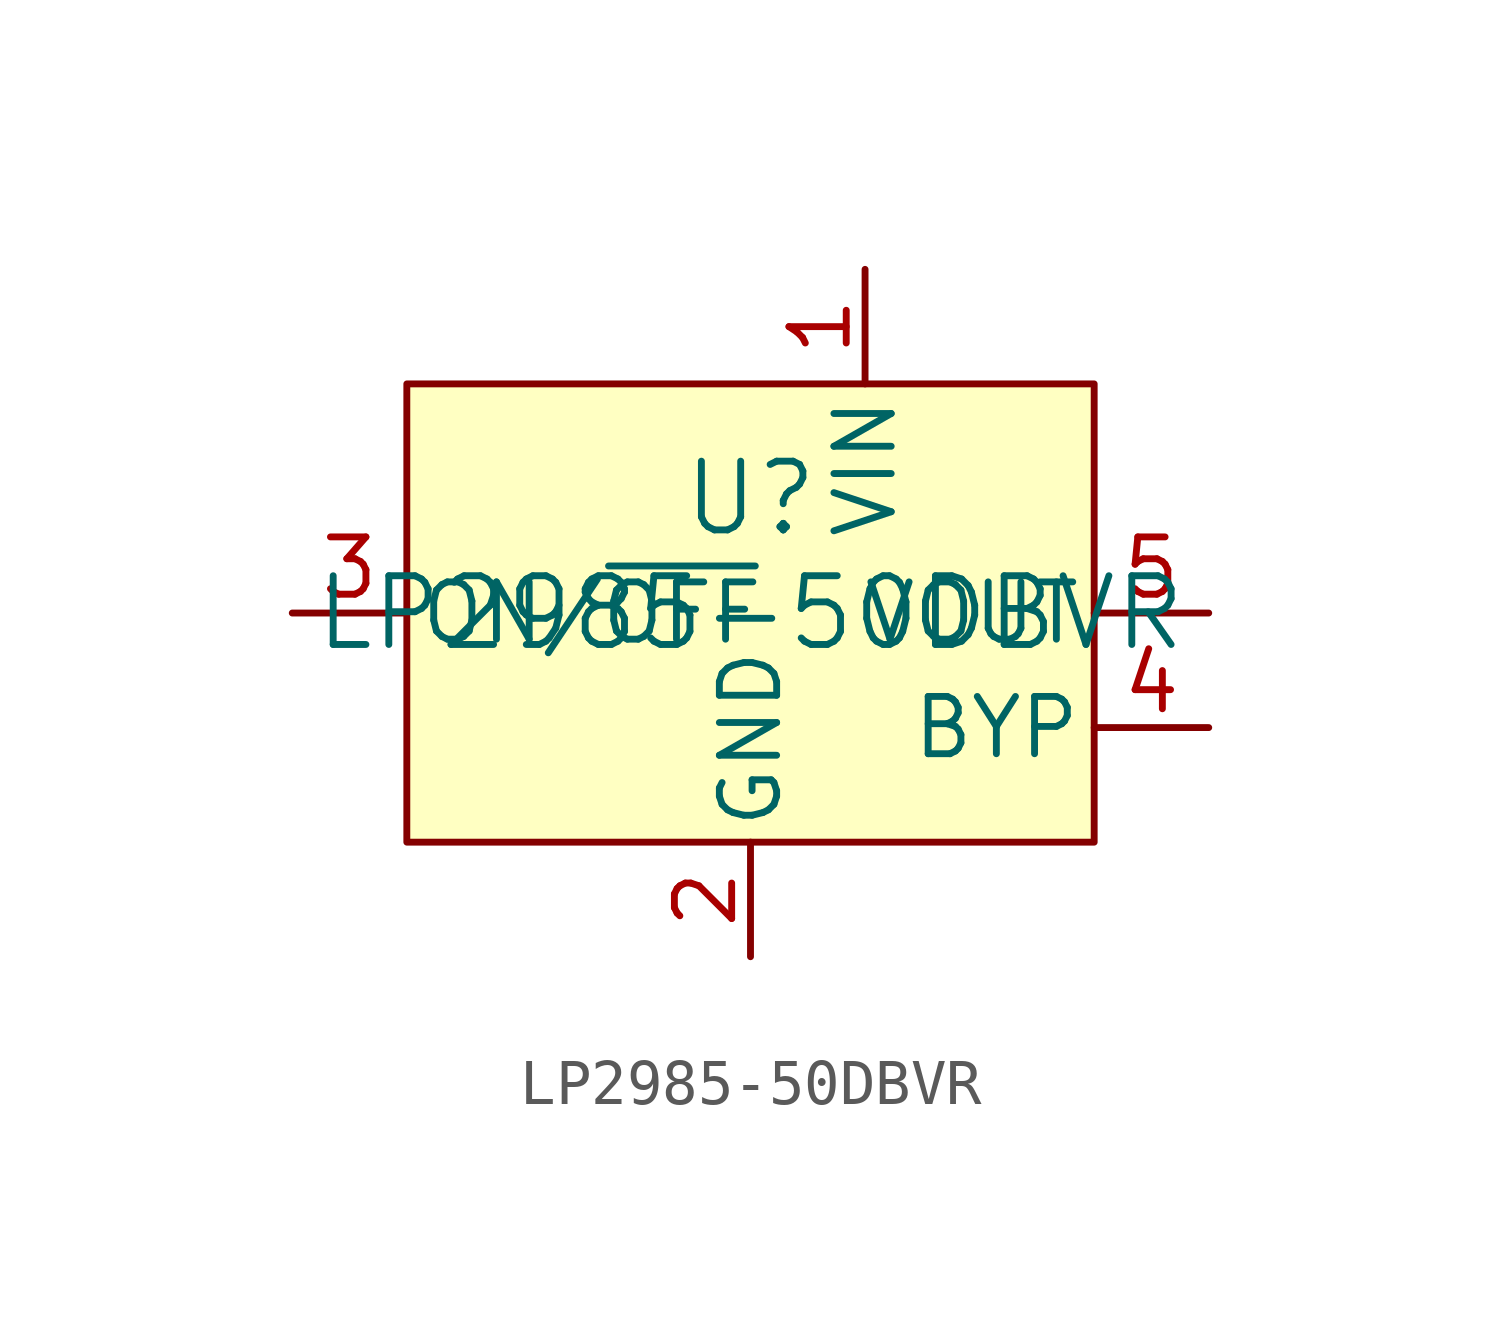
<source format=kicad_sym>
(kicad_symbol_lib
  (version 20220914)
  (generator kicad_symbol_editor)
  (symbol "LP2985-50DBVR"
    (pin_names
      (offset 0.254))
    (property "Reference" "U"
      (at 0 2.54 0)
      (effects (font (size 1.524 1.524))))
    (property "Value" "LP2985-50DBVR"
      (at 0 0 0)
      (effects (font (size 1.524 1.524))))
    (property "ki_locked" ""
      (at 0 0 0)
      (effects (font (size 1.27 1.27))))
    (symbol "LP2985-50DBVR_1_1"
      (rectangle (start -7.62 5.08) (end 7.62 -5.08) (stroke (width 0) (type default)) (fill (type background)))
      (pin power_in line (at 2.54 7.62 270) (length 2.54) (name "VIN" (effects (font (size 1.27 1.27)))) (number "1" (effects (font (size 1.27 1.27)))))
      (pin power_in line (at 0 -7.62 90) (length 2.54) (name "GND" (effects (font (size 1.27 1.27)))) (number "2" (effects (font (size 1.27 1.27)))))
      (pin input line (at -10.16 0 0) (length 2.54) (name "ON/~{OFF}" (effects (font (size 1.27 1.27)))) (number "3" (effects (font (size 1.27 1.27)))))
      (pin unspecified line (at 10.16 -2.54 180) (length 2.54) (name "BYP" (effects (font (size 1.27 1.27)))) (number "4" (effects (font (size 1.27 1.27)))))
      (pin power_in line (at 10.16 0 180) (length 2.54) (name "VOUT" (effects (font (size 1.27 1.27)))) (number "5" (effects (font (size 1.27 1.27))))))))
</source>
